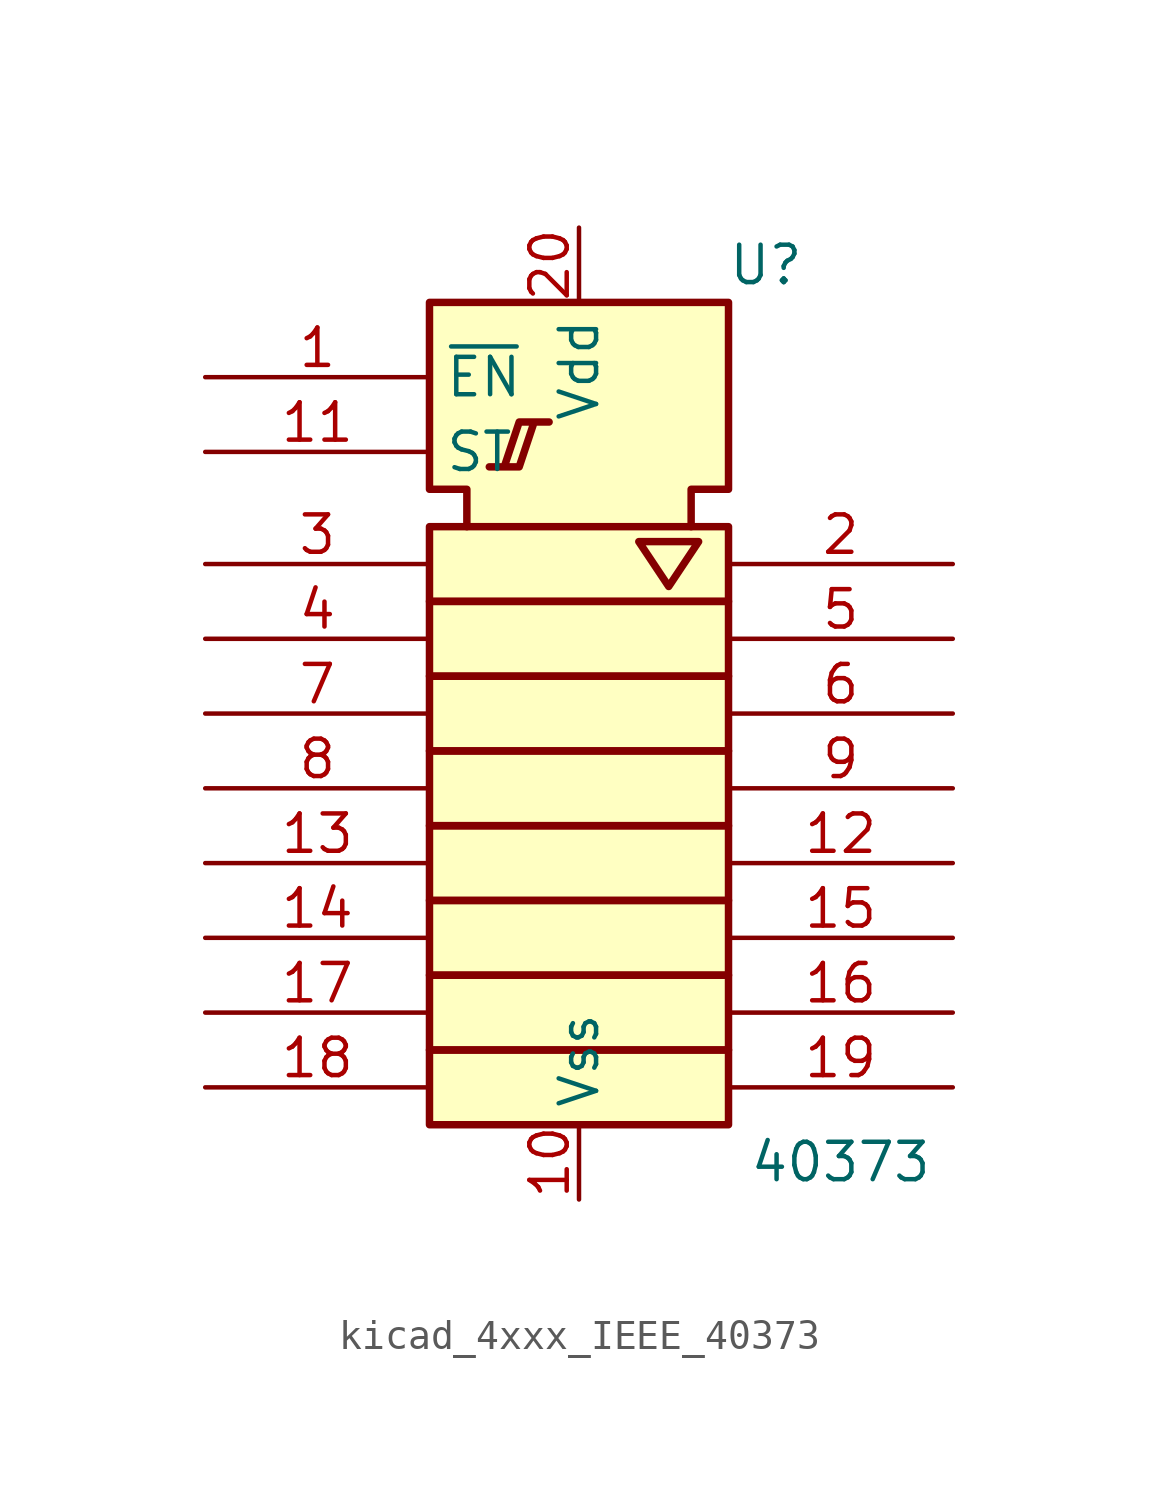
<source format=kicad_sym>
(kicad_symbol_lib
  (version 20220914)
  (generator kicad_symbol_editor)
  (symbol "kicad_4xxx_IEEE_40373"
    (property "Reference" "U"
      (at 6.35 13.97 0)
      (effects (font (size 1.27 1.27))))
    (property "Value" "40373"
      (at 8.89 -16.51 0)
      (effects (font (size 1.27 1.27))))
    (symbol "kicad_4xxx_IEEE_40373_0_0"
      (pin input line (at -12.7 10.16 0) (length 7.62) (name "~{EN}" (effects (font (size 1.27 1.27)))) (number "1" (effects (font (size 1.27 1.27)))))
      (pin power_in line (at 0 -17.78 90) (length 2.54) (name "Vss" (effects (font (size 1.27 1.27)))) (number "10" (effects (font (size 1.27 1.27)))))
      (pin input line (at -12.7 7.62 0) (length 7.62) (name "ST" (effects (font (size 1.27 1.27)))) (number "11" (effects (font (size 1.27 1.27)))))
      (pin power_in line (at 0 15.24 270) (length 2.54) (name "Vdd" (effects (font (size 1.27 1.27)))) (number "20" (effects (font (size 1.27 1.27))))))
    (symbol "kicad_4xxx_IEEE_40373_0_1"
      (rectangle (start -5.08 -12.7) (end 5.08 -15.24) (stroke (width 0.254) (type default)) (fill (type background)))
      (rectangle (start -5.08 -10.16) (end 5.08 -12.7) (stroke (width 0.254) (type default)) (fill (type background)))
      (rectangle (start -5.08 -7.62) (end 5.08 -10.16) (stroke (width 0.254) (type default)) (fill (type background)))
      (rectangle (start -5.08 -5.08) (end 5.08 -7.62) (stroke (width 0.254) (type default)) (fill (type background)))
      (rectangle (start -5.08 -2.54) (end 5.08 -5.08) (stroke (width 0.254) (type default)) (fill (type background)))
      (rectangle (start -5.08 0) (end 5.08 -2.54) (stroke (width 0.254) (type default)) (fill (type background)))
      (rectangle (start -5.08 2.54) (end 5.08 0) (stroke (width 0.254) (type default)) (fill (type background)))
      (rectangle (start -5.08 5.08) (end 5.08 2.54) (stroke (width 0.254) (type default)) (fill (type background)))
      (polyline (pts (xy 2.032 4.572) (xy 4.064 4.572) (xy 3.048 3.048) (xy 2.032 4.572) (xy 2.032 4.572)) (stroke (width 0.254) (type default)) (fill (type background)))
      (polyline (pts (xy -2.54 7.112) (xy -2.032 7.112) (xy -1.524 8.636) (xy -1.016 8.636) (xy -2.032 8.636) (xy -2.54 7.112) (xy -3.048 7.112) (xy -3.048 7.112)) (stroke (width 0.254) (type default)) (fill (type background)))
      (polyline (pts (xy -3.81 5.08) (xy -3.81 6.35) (xy -5.08 6.35) (xy -5.08 12.7) (xy 5.08 12.7) (xy 5.08 6.35) (xy 3.81 6.35) (xy 3.81 5.08) (xy 3.81 5.08)) (stroke (width 0.254) (type default)) (fill (type background))))
    (symbol "kicad_4xxx_IEEE_40373_1_0"
      (pin output line (at 12.7 -6.35 180) (length 7.62) (name "~" (effects (font (size 1.27 1.27)))) (number "12" (effects (font (size 1.27 1.27)))))
      (pin input line (at -12.7 -6.35 0) (length 7.62) (name "~" (effects (font (size 1.27 1.27)))) (number "13" (effects (font (size 1.27 1.27)))))
      (pin input line (at -12.7 -8.89 0) (length 7.62) (name "~" (effects (font (size 1.27 1.27)))) (number "14" (effects (font (size 1.27 1.27)))))
      (pin output line (at 12.7 -8.89 180) (length 7.62) (name "~" (effects (font (size 1.27 1.27)))) (number "15" (effects (font (size 1.27 1.27)))))
      (pin output line (at 12.7 -11.43 180) (length 7.62) (name "~" (effects (font (size 1.27 1.27)))) (number "16" (effects (font (size 1.27 1.27)))))
      (pin input line (at -12.7 -11.43 0) (length 7.62) (name "~" (effects (font (size 1.27 1.27)))) (number "17" (effects (font (size 1.27 1.27)))))
      (pin input line (at -12.7 -13.97 0) (length 7.62) (name "~" (effects (font (size 1.27 1.27)))) (number "18" (effects (font (size 1.27 1.27)))))
      (pin output line (at 12.7 -13.97 180) (length 7.62) (name "~" (effects (font (size 1.27 1.27)))) (number "19" (effects (font (size 1.27 1.27)))))
      (pin output line (at 12.7 3.81 180) (length 7.62) (name "~" (effects (font (size 1.27 1.27)))) (number "2" (effects (font (size 1.27 1.27)))))
      (pin input line (at -12.7 3.81 0) (length 7.62) (name "~" (effects (font (size 1.27 1.27)))) (number "3" (effects (font (size 1.27 1.27)))))
      (pin input line (at -12.7 1.27 0) (length 7.62) (name "~" (effects (font (size 1.27 1.27)))) (number "4" (effects (font (size 1.27 1.27)))))
      (pin output line (at 12.7 1.27 180) (length 7.62) (name "~" (effects (font (size 1.27 1.27)))) (number "5" (effects (font (size 1.27 1.27)))))
      (pin output line (at 12.7 -1.27 180) (length 7.62) (name "~" (effects (font (size 1.27 1.27)))) (number "6" (effects (font (size 1.27 1.27)))))
      (pin input line (at -12.7 -1.27 0) (length 7.62) (name "~" (effects (font (size 1.27 1.27)))) (number "7" (effects (font (size 1.27 1.27)))))
      (pin input line (at -12.7 -3.81 0) (length 7.62) (name "~" (effects (font (size 1.27 1.27)))) (number "8" (effects (font (size 1.27 1.27)))))
      (pin output line (at 12.7 -3.81 180) (length 7.62) (name "~" (effects (font (size 1.27 1.27)))) (number "9" (effects (font (size 1.27 1.27))))))))
</source>
